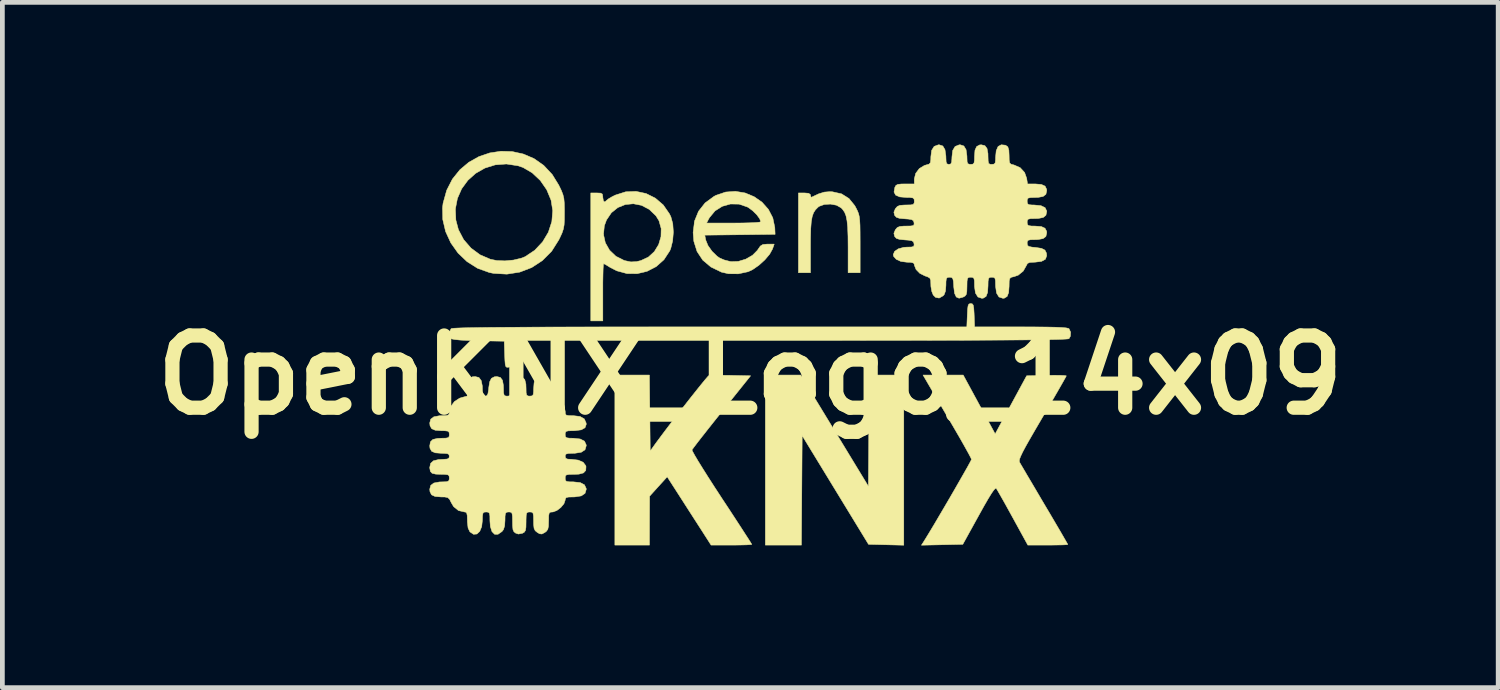
<source format=kicad_pcb>
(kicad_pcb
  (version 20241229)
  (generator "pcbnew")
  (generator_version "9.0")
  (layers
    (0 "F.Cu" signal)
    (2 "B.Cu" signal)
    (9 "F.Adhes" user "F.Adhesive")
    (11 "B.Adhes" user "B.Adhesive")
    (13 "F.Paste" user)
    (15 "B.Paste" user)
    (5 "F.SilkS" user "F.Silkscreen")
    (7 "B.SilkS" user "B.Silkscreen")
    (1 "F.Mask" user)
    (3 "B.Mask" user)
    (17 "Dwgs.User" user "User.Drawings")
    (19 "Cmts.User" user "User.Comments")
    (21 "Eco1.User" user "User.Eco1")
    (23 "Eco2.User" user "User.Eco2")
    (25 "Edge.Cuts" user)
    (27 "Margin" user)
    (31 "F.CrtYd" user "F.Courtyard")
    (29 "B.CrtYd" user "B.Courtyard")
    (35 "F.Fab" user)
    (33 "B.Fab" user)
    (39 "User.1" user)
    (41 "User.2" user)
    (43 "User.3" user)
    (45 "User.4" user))
  (footprint "OpenKNX_Logo_14x09"
    (layer "F.Cu")
    (at 12.78 4.863)
    (property "Reference" "OpenKNX_Logo_14x09" (at 0 0 0) (layer "F.SilkS") (effects (font (size 1.524 1.524) (thickness 0.3))))
    (attr through_hole)
    (fp_poly (pts (xy 1.778 1.173) (xy 2.492 2.347) (xy 2.501 1.173) (xy 2.509 0) (xy 3.239 0) (xy 3.239 3.59) (xy 2.867 3.581) (xy 2.495 3.572) (xy 1.095 1.278) (xy 1.087 2.433) (xy 1.079 3.588) (xy 0.318 3.588) (xy 0.318 0) (xy 1.064 0) (xy 1.778 1.173)) (stroke (width 0.01) (type solid)) (fill yes) (layer "F.SilkS"))
    (fp_poly (pts (xy 1.735 -3.866) (xy 1.926 -3.823) (xy 2.082 -3.725) (xy 2.205 -3.574) (xy 2.234 -3.52) (xy 2.264 -3.459) (xy 2.285 -3.404) (xy 2.3 -3.342) (xy 2.309 -3.264) (xy 2.315 -3.158) (xy 2.317 -3.013) (xy 2.318 -2.819) (xy 2.318 -2.756) (xy 2.318 -2.159) (xy 2.064 -2.159) (xy 2.064 -2.691) (xy 2.062 -2.93) (xy 2.055 -3.115) (xy 2.041 -3.255) (xy 2.02 -3.359) (xy 1.989 -3.437) (xy 1.946 -3.498) (xy 1.918 -3.527) (xy 1.82 -3.583) (xy 1.692 -3.607) (xy 1.562 -3.599) (xy 1.452 -3.559) (xy 1.428 -3.54) (xy 1.374 -3.485) (xy 1.334 -3.422) (xy 1.306 -3.341) (xy 1.287 -3.233) (xy 1.276 -3.088) (xy 1.271 -2.896) (xy 1.27 -2.716) (xy 1.27 -2.159) (xy 1.016 -2.159) (xy 1.016 -3.842) (xy 1.143 -3.842) (xy 1.23 -3.835) (xy 1.267 -3.81) (xy 1.27 -3.791) (xy 1.282 -3.754) (xy 1.294 -3.753) (xy 1.443 -3.823) (xy 1.563 -3.86) (xy 1.679 -3.869) (xy 1.735 -3.866)) (stroke (width 0.01) (type solid)) (fill yes) (layer "F.SilkS"))
    (fp_poly (pts (xy -2.111 1.602) (xy -1.986 1.428) (xy -1.894 1.304) (xy -1.783 1.156) (xy -1.658 0.992) (xy -1.526 0.82) (xy -1.391 0.647) (xy -1.261 0.481) (xy -1.14 0.329) (xy -1.035 0.198) (xy -0.952 0.097) (xy -0.897 0.033) (xy -0.875 0.012) (xy -0.831 0.008) (xy -0.737 0.005) (xy -0.605 0.005) (xy -0.448 0.006) (xy -0.416 0.007) (xy 0.007 0.016) (xy -0.604 0.778) (xy -0.756 0.969) (xy -0.895 1.144) (xy -1.017 1.299) (xy -1.116 1.426) (xy -1.186 1.519) (xy -1.225 1.571) (xy -1.23 1.58) (xy -1.216 1.614) (xy -1.171 1.696) (xy -1.099 1.818) (xy -1.002 1.974) (xy -0.886 2.158) (xy -0.753 2.365) (xy -0.608 2.587) (xy -0.607 2.589) (xy -0.461 2.81) (xy -0.327 3.015) (xy -0.209 3.196) (xy -0.11 3.349) (xy -0.034 3.466) (xy 0.014 3.543) (xy 0.032 3.573) (xy 0.032 3.573) (xy 0.002 3.578) (xy -0.08 3.583) (xy -0.202 3.586) (xy -0.353 3.588) (xy -0.398 3.588) (xy -0.827 3.588) (xy -1.046 3.246) (xy -1.153 3.08) (xy -1.278 2.886) (xy -1.405 2.688) (xy -1.509 2.526) (xy -1.753 2.147) (xy -2.124 2.556) (xy -2.126 3.072) (xy -2.127 3.588) (xy -2.857 3.588) (xy -2.857 0) (xy -2.128 0) (xy -2.111 1.602)) (stroke (width 0.01) (type solid)) (fill yes) (layer "F.SilkS"))
    (fp_poly (pts (xy -2.199 -3.83) (xy -2.004 -3.733) (xy -1.836 -3.589) (xy -1.705 -3.4) (xy -1.675 -3.339) (xy -1.635 -3.192) (xy -1.623 -3.014) (xy -1.638 -2.831) (xy -1.679 -2.667) (xy -1.698 -2.622) (xy -1.822 -2.433) (xy -1.985 -2.288) (xy -2.177 -2.189) (xy -2.386 -2.139) (xy -2.602 -2.141) (xy -2.816 -2.199) (xy -2.96 -2.273) (xy -3.035 -2.32) (xy -3.086 -2.347) (xy -3.095 -2.349) (xy -3.1 -2.319) (xy -3.105 -2.236) (xy -3.108 -2.108) (xy -3.111 -1.946) (xy -3.111 -1.759) (xy -3.111 -1.746) (xy -3.111 -1.143) (xy -3.365 -1.143) (xy -3.365 -2.966) (xy -3.097 -2.966) (xy -3.058 -2.79) (xy -2.969 -2.634) (xy -2.835 -2.506) (xy -2.663 -2.419) (xy -2.643 -2.413) (xy -2.519 -2.387) (xy -2.401 -2.393) (xy -2.309 -2.415) (xy -2.15 -2.489) (xy -2.023 -2.606) (xy -1.933 -2.754) (xy -1.884 -2.92) (xy -1.88 -3.091) (xy -1.926 -3.255) (xy -1.99 -3.359) (xy -2.133 -3.496) (xy -2.296 -3.581) (xy -2.467 -3.614) (xy -2.637 -3.597) (xy -2.794 -3.534) (xy -2.93 -3.425) (xy -3.033 -3.273) (xy -3.079 -3.149) (xy -3.097 -2.966) (xy -3.365 -2.966) (xy -3.365 -3.842) (xy -3.239 -3.842) (xy -3.157 -3.838) (xy -3.121 -3.818) (xy -3.112 -3.767) (xy -3.111 -3.747) (xy -3.099 -3.674) (xy -3.069 -3.651) (xy -3.03 -3.686) (xy -3.03 -3.686) (xy -2.991 -3.718) (xy -2.913 -3.764) (xy -2.846 -3.797) (xy -2.629 -3.866) (xy -2.41 -3.875) (xy -2.199 -3.83)) (stroke (width 0.01) (type solid)) (fill yes) (layer "F.SilkS"))
    (fp_poly (pts (xy -0.109 -3.842) (xy 0.081 -3.763) (xy 0.248 -3.647) (xy 0.382 -3.496) (xy 0.475 -3.317) (xy 0.517 -3.116) (xy 0.518 -3.102) (xy 0.524 -2.969) (xy -0.218 -2.96) (xy -0.96 -2.952) (xy -0.94 -2.849) (xy -0.893 -2.733) (xy -0.807 -2.611) (xy -0.7 -2.507) (xy -0.645 -2.469) (xy -0.552 -2.429) (xy -0.437 -2.399) (xy -0.405 -2.393) (xy -0.252 -2.398) (xy -0.094 -2.446) (xy 0.047 -2.527) (xy 0.151 -2.632) (xy 0.162 -2.649) (xy 0.212 -2.721) (xy 0.265 -2.754) (xy 0.349 -2.762) (xy 0.367 -2.762) (xy 0.505 -2.762) (xy 0.469 -2.659) (xy 0.408 -2.549) (xy 0.306 -2.429) (xy 0.181 -2.316) (xy 0.05 -2.225) (xy -0.046 -2.18) (xy -0.251 -2.136) (xy -0.457 -2.137) (xy -0.607 -2.171) (xy -0.83 -2.279) (xy -1.003 -2.425) (xy -1.123 -2.607) (xy -1.191 -2.823) (xy -1.206 -3.007) (xy -1.181 -3.207) (xy -0.922 -3.207) (xy -0.35 -3.207) (xy -0.167 -3.208) (xy -0.009 -3.212) (xy 0.116 -3.218) (xy 0.196 -3.226) (xy 0.222 -3.234) (xy 0.198 -3.299) (xy 0.136 -3.383) (xy 0.051 -3.467) (xy -0.041 -3.535) (xy -0.061 -3.546) (xy -0.237 -3.606) (xy -0.418 -3.609) (xy -0.591 -3.56) (xy -0.744 -3.463) (xy -0.861 -3.322) (xy -0.877 -3.294) (xy -0.922 -3.207) (xy -1.181 -3.207) (xy -1.177 -3.246) (xy -1.092 -3.455) (xy -0.954 -3.631) (xy -0.766 -3.769) (xy -0.723 -3.792) (xy -0.52 -3.861) (xy -0.313 -3.876) (xy -0.109 -3.842)) (stroke (width 0.01) (type solid)) (fill yes) (layer "F.SilkS"))
    (fp_poly (pts (xy -5.022 -4.715) (xy -4.787 -4.663) (xy -4.563 -4.567) (xy -4.359 -4.424) (xy -4.18 -4.233) (xy -4.041 -4.008) (xy -3.987 -3.896) (xy -3.953 -3.809) (xy -3.933 -3.726) (xy -3.924 -3.628) (xy -3.921 -3.493) (xy -3.921 -3.429) (xy -3.922 -3.276) (xy -3.928 -3.166) (xy -3.944 -3.08) (xy -3.972 -2.996) (xy -4.018 -2.896) (xy -4.041 -2.85) (xy -4.192 -2.611) (xy -4.386 -2.416) (xy -4.612 -2.268) (xy -4.865 -2.171) (xy -5.135 -2.129) (xy -5.415 -2.145) (xy -5.505 -2.163) (xy -5.753 -2.252) (xy -5.975 -2.392) (xy -6.166 -2.574) (xy -6.318 -2.788) (xy -6.428 -3.027) (xy -6.488 -3.282) (xy -6.492 -3.504) (xy -6.222 -3.504) (xy -6.212 -3.271) (xy -6.158 -3.068) (xy -6.048 -2.858) (xy -5.892 -2.678) (xy -5.701 -2.537) (xy -5.486 -2.444) (xy -5.35 -2.416) (xy -5.178 -2.409) (xy -4.996 -2.426) (xy -4.832 -2.465) (xy -4.751 -2.497) (xy -4.547 -2.633) (xy -4.382 -2.809) (xy -4.26 -3.013) (xy -4.187 -3.237) (xy -4.168 -3.469) (xy -4.203 -3.689) (xy -4.295 -3.91) (xy -4.431 -4.106) (xy -4.601 -4.266) (xy -4.794 -4.379) (xy -4.898 -4.415) (xy -5.145 -4.453) (xy -5.381 -4.435) (xy -5.599 -4.367) (xy -5.794 -4.256) (xy -5.959 -4.108) (xy -6.09 -3.929) (xy -6.179 -3.726) (xy -6.222 -3.504) (xy -6.492 -3.504) (xy -6.492 -3.542) (xy -6.481 -3.627) (xy -6.405 -3.899) (xy -6.285 -4.134) (xy -6.127 -4.331) (xy -5.939 -4.489) (xy -5.727 -4.608) (xy -5.499 -4.686) (xy -5.262 -4.722) (xy -5.022 -4.715)) (stroke (width 0.01) (type solid)) (fill yes) (layer "F.SilkS"))
    (fp_poly (pts (xy 4.684 -1.502) (xy 4.704 -1.475) (xy 4.715 -1.415) (xy 4.722 -1.308) (xy 4.724 -1.262) (xy 4.733 -1.016) (xy 5.71 -1.016) (xy 6.01 -1.015) (xy 6.251 -1.013) (xy 6.437 -1.009) (xy 6.573 -1.003) (xy 6.664 -0.995) (xy 6.714 -0.984) (xy 6.725 -0.978) (xy 6.759 -0.905) (xy 6.754 -0.819) (xy 6.725 -0.768) (xy 6.706 -0.763) (xy 6.658 -0.759) (xy 6.58 -0.755) (xy 6.469 -0.751) (xy 6.322 -0.748) (xy 6.139 -0.745) (xy 5.915 -0.742) (xy 5.651 -0.74) (xy 5.342 -0.738) (xy 4.988 -0.736) (xy 4.586 -0.734) (xy 4.134 -0.733) (xy 3.629 -0.732) (xy 3.07 -0.731) (xy 2.455 -0.731) (xy 1.781 -0.73) (xy 1.046 -0.73) (xy 0.836 -0.73) (xy -5.014 -0.73) (xy -5.023 -0.452) (xy -5.029 -0.319) (xy -5.037 -0.236) (xy -5.051 -0.191) (xy -5.076 -0.171) (xy -5.103 -0.165) (xy -5.136 -0.163) (xy -5.157 -0.179) (xy -5.17 -0.223) (xy -5.177 -0.309) (xy -5.182 -0.435) (xy -5.191 -0.714) (xy -5.729 -0.723) (xy -5.94 -0.729) (xy -6.11 -0.737) (xy -6.232 -0.749) (xy -6.299 -0.762) (xy -6.308 -0.767) (xy -6.344 -0.832) (xy -6.344 -0.916) (xy -6.312 -0.978) (xy -6.293 -0.983) (xy -6.245 -0.988) (xy -6.166 -0.992) (xy -6.054 -0.996) (xy -5.906 -0.999) (xy -5.72 -1.002) (xy -5.494 -1.005) (xy -5.226 -1.007) (xy -4.914 -1.009) (xy -4.555 -1.011) (xy -4.147 -1.013) (xy -3.688 -1.014) (xy -3.176 -1.015) (xy -2.609 -1.015) (xy -1.983 -1.016) (xy -1.298 -1.016) (xy -0.852 -1.016) (xy 4.569 -1.016) (xy 4.579 -1.262) (xy 4.585 -1.386) (xy 4.595 -1.46) (xy 4.611 -1.496) (xy 4.639 -1.508) (xy 4.651 -1.508) (xy 4.684 -1.502)) (stroke (width 0.01) (type solid)) (fill yes) (layer "F.SilkS"))
    (fp_poly (pts (xy 4.069 0.000107) (xy 4.493 0.000214) (xy 4.83 0.621) (xy 5.167 1.242) (xy 5.499 0.629) (xy 5.831 0.016) (xy 6.249 0.007) (xy 6.404 0.005) (xy 6.533 0.006) (xy 6.624 0.01) (xy 6.666 0.016) (xy 6.668 0.018) (xy 6.652 0.049) (xy 6.608 0.128) (xy 6.539 0.249) (xy 6.45 0.404) (xy 6.344 0.587) (xy 6.225 0.791) (xy 6.157 0.906) (xy 6.013 1.152) (xy 5.899 1.349) (xy 5.812 1.503) (xy 5.749 1.621) (xy 5.708 1.707) (xy 5.684 1.767) (xy 5.676 1.808) (xy 5.68 1.834) (xy 5.681 1.838) (xy 5.705 1.88) (xy 5.758 1.97) (xy 5.834 2.1) (xy 5.93 2.262) (xy 6.041 2.45) (xy 6.162 2.656) (xy 6.207 2.732) (xy 6.33 2.939) (xy 6.441 3.128) (xy 6.538 3.293) (xy 6.615 3.426) (xy 6.669 3.52) (xy 6.697 3.569) (xy 6.699 3.575) (xy 6.669 3.58) (xy 6.588 3.584) (xy 6.466 3.586) (xy 6.316 3.588) (xy 6.278 3.588) (xy 5.856 3.588) (xy 5.54 3.012) (xy 5.443 2.836) (xy 5.355 2.677) (xy 5.28 2.545) (xy 5.225 2.449) (xy 5.194 2.397) (xy 5.191 2.392) (xy 5.172 2.391) (xy 5.139 2.426) (xy 5.087 2.5) (xy 5.015 2.618) (xy 4.919 2.785) (xy 4.822 2.96) (xy 4.484 3.572) (xy 4.048 3.581) (xy 3.611 3.59) (xy 3.658 3.517) (xy 3.712 3.43) (xy 3.788 3.305) (xy 3.88 3.152) (xy 3.983 2.977) (xy 4.093 2.79) (xy 4.206 2.597) (xy 4.316 2.407) (xy 4.418 2.229) (xy 4.509 2.07) (xy 4.584 1.938) (xy 4.637 1.841) (xy 4.665 1.787) (xy 4.667 1.78) (xy 4.652 1.743) (xy 4.608 1.66) (xy 4.54 1.537) (xy 4.453 1.382) (xy 4.35 1.204) (xy 4.244 1.022) (xy 4.125 0.82) (xy 4.012 0.627) (xy 3.91 0.454) (xy 3.826 0.31) (xy 3.763 0.203) (xy 3.733 0.151) (xy 3.645 0) (xy 4.069 0.000107)) (stroke (width 0.01) (type solid)) (fill yes) (layer "F.SilkS"))
    (fp_poly (pts (xy 4.95 -4.84) (xy 4.995 -4.781) (xy 5.015 -4.673) (xy 5.016 -4.613) (xy 5.019 -4.516) (xy 5.03 -4.465) (xy 5.059 -4.447) (xy 5.096 -4.445) (xy 5.145 -4.451) (xy 5.168 -4.48) (xy 5.175 -4.548) (xy 5.175 -4.59) (xy 5.189 -4.733) (xy 5.229 -4.823) (xy 5.293 -4.857) (xy 5.301 -4.858) (xy 5.386 -4.849) (xy 5.434 -4.815) (xy 5.456 -4.743) (xy 5.461 -4.636) (xy 5.463 -4.533) (xy 5.473 -4.476) (xy 5.501 -4.449) (xy 5.556 -4.434) (xy 5.563 -4.433) (xy 5.694 -4.376) (xy 5.788 -4.274) (xy 5.831 -4.153) (xy 5.85 -4.032) (xy 6.014 -4.032) (xy 6.143 -4.021) (xy 6.22 -3.986) (xy 6.252 -3.921) (xy 6.255 -3.889) (xy 6.237 -3.813) (xy 6.178 -3.768) (xy 6.07 -3.748) (xy 6.01 -3.747) (xy 5.913 -3.744) (xy 5.862 -3.733) (xy 5.844 -3.704) (xy 5.842 -3.667) (xy 5.848 -3.618) (xy 5.877 -3.595) (xy 5.945 -3.588) (xy 5.987 -3.588) (xy 6.132 -3.574) (xy 6.22 -3.532) (xy 6.254 -3.462) (xy 6.255 -3.45) (xy 6.238 -3.372) (xy 6.182 -3.325) (xy 6.078 -3.304) (xy 6.01 -3.302) (xy 5.913 -3.3) (xy 5.862 -3.288) (xy 5.844 -3.259) (xy 5.842 -3.223) (xy 5.847 -3.177) (xy 5.872 -3.153) (xy 5.932 -3.144) (xy 6.01 -3.143) (xy 6.141 -3.133) (xy 6.218 -3.098) (xy 6.252 -3.035) (xy 6.255 -3) (xy 6.237 -2.924) (xy 6.178 -2.879) (xy 6.07 -2.859) (xy 6.01 -2.857) (xy 5.912 -2.855) (xy 5.862 -2.843) (xy 5.844 -2.815) (xy 5.842 -2.782) (xy 5.848 -2.738) (xy 5.876 -2.714) (xy 5.942 -2.699) (xy 6.02 -2.692) (xy 6.144 -2.673) (xy 6.217 -2.636) (xy 6.249 -2.573) (xy 6.254 -2.517) (xy 6.227 -2.443) (xy 6.144 -2.398) (xy 6.004 -2.381) (xy 5.989 -2.381) (xy 5.897 -2.376) (xy 5.849 -2.355) (xy 5.825 -2.31) (xy 5.825 -2.31) (xy 5.759 -2.193) (xy 5.653 -2.107) (xy 5.567 -2.077) (xy 5.507 -2.063) (xy 5.476 -2.038) (xy 5.463 -1.986) (xy 5.461 -1.89) (xy 5.461 -1.876) (xy 5.451 -1.74) (xy 5.419 -1.658) (xy 5.36 -1.622) (xy 5.33 -1.619) (xy 5.247 -1.647) (xy 5.196 -1.73) (xy 5.176 -1.868) (xy 5.175 -1.891) (xy 5.173 -1.991) (xy 5.162 -2.042) (xy 5.135 -2.061) (xy 5.096 -2.064) (xy 5.051 -2.06) (xy 5.028 -2.037) (xy 5.018 -1.98) (xy 5.016 -1.88) (xy 5.007 -1.743) (xy 4.975 -1.659) (xy 4.918 -1.623) (xy 4.885 -1.619) (xy 4.803 -1.647) (xy 4.751 -1.73) (xy 4.731 -1.868) (xy 4.731 -1.891) (xy 4.729 -1.991) (xy 4.717 -2.042) (xy 4.69 -2.061) (xy 4.651 -2.064) (xy 4.607 -2.06) (xy 4.584 -2.038) (xy 4.574 -1.983) (xy 4.572 -1.88) (xy 4.572 -1.873) (xy 4.569 -1.764) (xy 4.558 -1.702) (xy 4.53 -1.666) (xy 4.49 -1.644) (xy 4.405 -1.621) (xy 4.346 -1.647) (xy 4.31 -1.725) (xy 4.293 -1.861) (xy 4.293 -1.869) (xy 4.286 -1.976) (xy 4.273 -2.034) (xy 4.249 -2.059) (xy 4.207 -2.064) (xy 4.205 -2.064) (xy 4.16 -2.059) (xy 4.137 -2.034) (xy 4.129 -1.972) (xy 4.128 -1.894) (xy 4.119 -1.773) (xy 4.092 -1.698) (xy 4.069 -1.672) (xy 3.985 -1.624) (xy 3.909 -1.639) (xy 3.859 -1.69) (xy 3.829 -1.766) (xy 3.811 -1.871) (xy 3.81 -1.907) (xy 3.807 -1.998) (xy 3.788 -2.046) (xy 3.738 -2.074) (xy 3.687 -2.091) (xy 3.578 -2.145) (xy 3.498 -2.227) (xy 3.461 -2.319) (xy 3.461 -2.333) (xy 3.445 -2.363) (xy 3.389 -2.378) (xy 3.302 -2.381) (xy 3.178 -2.397) (xy 3.081 -2.441) (xy 3.025 -2.503) (xy 3.016 -2.54) (xy 3.045 -2.609) (xy 3.123 -2.663) (xy 3.236 -2.694) (xy 3.304 -2.699) (xy 3.399 -2.701) (xy 3.445 -2.713) (xy 3.457 -2.742) (xy 3.455 -2.77) (xy 3.442 -2.811) (xy 3.407 -2.834) (xy 3.335 -2.846) (xy 3.263 -2.851) (xy 3.15 -2.862) (xy 3.084 -2.883) (xy 3.048 -2.921) (xy 3.046 -2.925) (xy 3.03 -2.99) (xy 3.06 -3.063) (xy 3.062 -3.066) (xy 3.101 -3.112) (xy 3.155 -3.135) (xy 3.243 -3.143) (xy 3.289 -3.143) (xy 3.389 -3.145) (xy 3.44 -3.155) (xy 3.457 -3.18) (xy 3.455 -3.215) (xy 3.442 -3.256) (xy 3.407 -3.279) (xy 3.335 -3.291) (xy 3.263 -3.296) (xy 3.15 -3.306) (xy 3.084 -3.328) (xy 3.048 -3.366) (xy 3.046 -3.369) (xy 3.03 -3.435) (xy 3.06 -3.508) (xy 3.062 -3.511) (xy 3.102 -3.556) (xy 3.156 -3.58) (xy 3.245 -3.587) (xy 3.287 -3.588) (xy 3.387 -3.59) (xy 3.438 -3.601) (xy 3.458 -3.628) (xy 3.461 -3.667) (xy 3.456 -3.713) (xy 3.431 -3.737) (xy 3.369 -3.746) (xy 3.294 -3.747) (xy 3.152 -3.759) (xy 3.066 -3.797) (xy 3.033 -3.862) (xy 3.05 -3.959) (xy 3.051 -3.961) (xy 3.073 -4.001) (xy 3.113 -4.023) (xy 3.188 -4.031) (xy 3.269 -4.032) (xy 3.461 -4.032) (xy 3.461 -4.139) (xy 3.49 -4.255) (xy 3.566 -4.356) (xy 3.674 -4.422) (xy 3.714 -4.434) (xy 3.772 -4.45) (xy 3.8 -4.481) (xy 3.809 -4.546) (xy 3.81 -4.605) (xy 3.827 -4.741) (xy 3.879 -4.824) (xy 3.967 -4.857) (xy 3.986 -4.858) (xy 4.062 -4.833) (xy 4.108 -4.756) (xy 4.127 -4.624) (xy 4.128 -4.59) (xy 4.132 -4.5) (xy 4.148 -4.457) (xy 4.185 -4.445) (xy 4.191 -4.445) (xy 4.229 -4.453) (xy 4.248 -4.489) (xy 4.254 -4.568) (xy 4.255 -4.601) (xy 4.271 -4.738) (xy 4.321 -4.822) (xy 4.407 -4.857) (xy 4.43 -4.858) (xy 4.506 -4.833) (xy 4.553 -4.756) (xy 4.571 -4.624) (xy 4.572 -4.59) (xy 4.575 -4.501) (xy 4.591 -4.459) (xy 4.628 -4.446) (xy 4.651 -4.445) (xy 4.697 -4.45) (xy 4.721 -4.475) (xy 4.73 -4.535) (xy 4.731 -4.613) (xy 4.741 -4.744) (xy 4.776 -4.821) (xy 4.839 -4.855) (xy 4.874 -4.858) (xy 4.95 -4.84)) (stroke (width 0.01) (type solid)) (fill yes) (layer "F.SilkS"))
    (fp_poly (pts (xy -4.345 0.04) (xy -4.301 0.074) (xy -4.274 0.145) (xy -4.257 0.266) (xy -4.255 0.286) (xy -4.243 0.386) (xy -4.225 0.44) (xy -4.192 0.463) (xy -4.152 0.47) (xy -4.061 0.508) (xy -3.978 0.588) (xy -3.921 0.688) (xy -3.905 0.764) (xy -3.902 0.818) (xy -3.882 0.846) (xy -3.828 0.856) (xy -3.736 0.857) (xy -3.592 0.874) (xy -3.502 0.925) (xy -3.463 1.012) (xy -3.461 1.041) (xy -3.487 1.112) (xy -3.566 1.156) (xy -3.701 1.174) (xy -3.744 1.175) (xy -3.839 1.177) (xy -3.887 1.19) (xy -3.904 1.221) (xy -3.905 1.254) (xy -3.901 1.3) (xy -3.876 1.323) (xy -3.817 1.332) (xy -3.733 1.333) (xy -3.588 1.349) (xy -3.498 1.395) (xy -3.462 1.473) (xy -3.461 1.492) (xy -3.487 1.577) (xy -3.566 1.629) (xy -3.7 1.65) (xy -3.733 1.651) (xy -3.833 1.654) (xy -3.885 1.666) (xy -3.904 1.693) (xy -3.905 1.714) (xy -3.895 1.755) (xy -3.854 1.774) (xy -3.77 1.778) (xy -3.628 1.795) (xy -3.525 1.841) (xy -3.471 1.912) (xy -3.466 1.931) (xy -3.471 2.013) (xy -3.519 2.065) (xy -3.616 2.091) (xy -3.719 2.095) (xy -3.823 2.097) (xy -3.879 2.107) (xy -3.901 2.131) (xy -3.905 2.175) (xy -3.901 2.221) (xy -3.876 2.244) (xy -3.817 2.253) (xy -3.733 2.254) (xy -3.588 2.269) (xy -3.498 2.316) (xy -3.462 2.394) (xy -3.461 2.413) (xy -3.487 2.497) (xy -3.566 2.55) (xy -3.7 2.571) (xy -3.733 2.572) (xy -3.833 2.574) (xy -3.885 2.586) (xy -3.903 2.614) (xy -3.905 2.638) (xy -3.931 2.714) (xy -3.997 2.794) (xy -4.081 2.858) (xy -4.163 2.889) (xy -4.173 2.889) (xy -4.218 2.893) (xy -4.243 2.914) (xy -4.253 2.968) (xy -4.254 3.069) (xy -4.255 3.079) (xy -4.258 3.189) (xy -4.272 3.255) (xy -4.303 3.298) (xy -4.334 3.321) (xy -4.396 3.354) (xy -4.445 3.349) (xy -4.493 3.321) (xy -4.538 3.284) (xy -4.562 3.235) (xy -4.571 3.154) (xy -4.572 3.079) (xy -4.574 2.974) (xy -4.583 2.917) (xy -4.606 2.894) (xy -4.649 2.889) (xy -4.651 2.889) (xy -4.694 2.893) (xy -4.718 2.913) (xy -4.728 2.965) (xy -4.731 3.061) (xy -4.731 3.096) (xy -4.733 3.21) (xy -4.743 3.277) (xy -4.767 3.315) (xy -4.806 3.338) (xy -4.893 3.355) (xy -4.949 3.336) (xy -4.986 3.307) (xy -5.007 3.261) (xy -5.015 3.179) (xy -5.016 3.095) (xy -5.018 2.984) (xy -5.026 2.922) (xy -5.046 2.896) (xy -5.084 2.889) (xy -5.096 2.889) (xy -5.141 2.894) (xy -5.165 2.918) (xy -5.174 2.977) (xy -5.175 3.064) (xy -5.183 3.184) (xy -5.208 3.262) (xy -5.239 3.302) (xy -5.323 3.36) (xy -5.395 3.359) (xy -5.45 3.303) (xy -5.484 3.196) (xy -5.493 3.077) (xy -5.494 2.973) (xy -5.504 2.916) (xy -5.527 2.894) (xy -5.571 2.889) (xy -5.572 2.889) (xy -5.618 2.894) (xy -5.641 2.918) (xy -5.65 2.977) (xy -5.652 3.064) (xy -5.667 3.199) (xy -5.708 3.298) (xy -5.768 3.354) (xy -5.839 3.36) (xy -5.915 3.309) (xy -5.916 3.307) (xy -5.954 3.229) (xy -5.969 3.099) (xy -5.969 3.069) (xy -5.972 2.966) (xy -5.983 2.912) (xy -6.008 2.891) (xy -6.031 2.889) (xy -6.157 2.859) (xy -6.259 2.776) (xy -6.308 2.694) (xy -6.344 2.622) (xy -6.382 2.586) (xy -6.444 2.573) (xy -6.524 2.572) (xy -6.65 2.562) (xy -6.725 2.527) (xy -6.758 2.461) (xy -6.763 2.408) (xy -6.742 2.328) (xy -6.676 2.278) (xy -6.56 2.256) (xy -6.495 2.254) (xy -6.406 2.251) (xy -6.364 2.235) (xy -6.351 2.198) (xy -6.35 2.175) (xy -6.355 2.127) (xy -6.382 2.104) (xy -6.446 2.096) (xy -6.506 2.095) (xy -6.635 2.091) (xy -6.712 2.073) (xy -6.75 2.033) (xy -6.762 1.966) (xy -6.763 1.948) (xy -6.744 1.863) (xy -6.685 1.809) (xy -6.577 1.783) (xy -6.475 1.778) (xy -6.393 1.772) (xy -6.357 1.75) (xy -6.35 1.714) (xy -6.358 1.677) (xy -6.392 1.658) (xy -6.467 1.652) (xy -6.518 1.651) (xy -6.646 1.641) (xy -6.723 1.608) (xy -6.758 1.545) (xy -6.763 1.492) (xy -6.748 1.409) (xy -6.697 1.359) (xy -6.6 1.337) (xy -6.518 1.333) (xy -6.421 1.331) (xy -6.37 1.32) (xy -6.352 1.291) (xy -6.35 1.254) (xy -6.355 1.208) (xy -6.38 1.184) (xy -6.44 1.176) (xy -6.518 1.175) (xy -6.646 1.165) (xy -6.722 1.132) (xy -6.757 1.069) (xy -6.763 1.011) (xy -6.742 0.931) (xy -6.676 0.881) (xy -6.56 0.859) (xy -6.495 0.857) (xy -6.406 0.854) (xy -6.363 0.838) (xy -6.35 0.801) (xy -6.35 0.786) (xy -6.321 0.666) (xy -6.243 0.56) (xy -6.132 0.488) (xy -6.097 0.477) (xy -5.969 0.442) (xy -5.969 0.275) (xy -5.959 0.148) (xy -5.926 0.072) (xy -5.863 0.037) (xy -5.805 0.032) (xy -5.725 0.052) (xy -5.676 0.118) (xy -5.653 0.235) (xy -5.652 0.3) (xy -5.647 0.39) (xy -5.63 0.433) (xy -5.593 0.444) (xy -5.592 0.445) (xy -5.556 0.434) (xy -5.535 0.393) (xy -5.521 0.307) (xy -5.518 0.267) (xy -5.498 0.142) (xy -5.461 0.069) (xy -5.398 0.037) (xy -5.348 0.032) (xy -5.273 0.05) (xy -5.228 0.11) (xy -5.209 0.219) (xy -5.207 0.276) (xy -5.205 0.374) (xy -5.193 0.424) (xy -5.164 0.442) (xy -5.128 0.445) (xy -5.079 0.439) (xy -5.056 0.41) (xy -5.049 0.341) (xy -5.048 0.3) (xy -5.036 0.16) (xy -4.999 0.074) (xy -4.932 0.035) (xy -4.895 0.032) (xy -4.809 0.046) (xy -4.758 0.095) (xy -4.734 0.189) (xy -4.731 0.276) (xy -4.729 0.374) (xy -4.717 0.424) (xy -4.688 0.442) (xy -4.651 0.445) (xy -4.603 0.439) (xy -4.579 0.41) (xy -4.572 0.341) (xy -4.572 0.3) (xy -4.561 0.161) (xy -4.524 0.075) (xy -4.458 0.036) (xy -4.414 0.032) (xy -4.345 0.04)) (stroke (width 0.01) (type solid)) (fill yes) (layer "F.SilkS")))
  (gr_rect
    (start -3 -3)
    (end 28.56 11.458)
    (stroke (width 0.1) (type default))
    (fill no)
    (layer "Edge.Cuts")))
</source>
